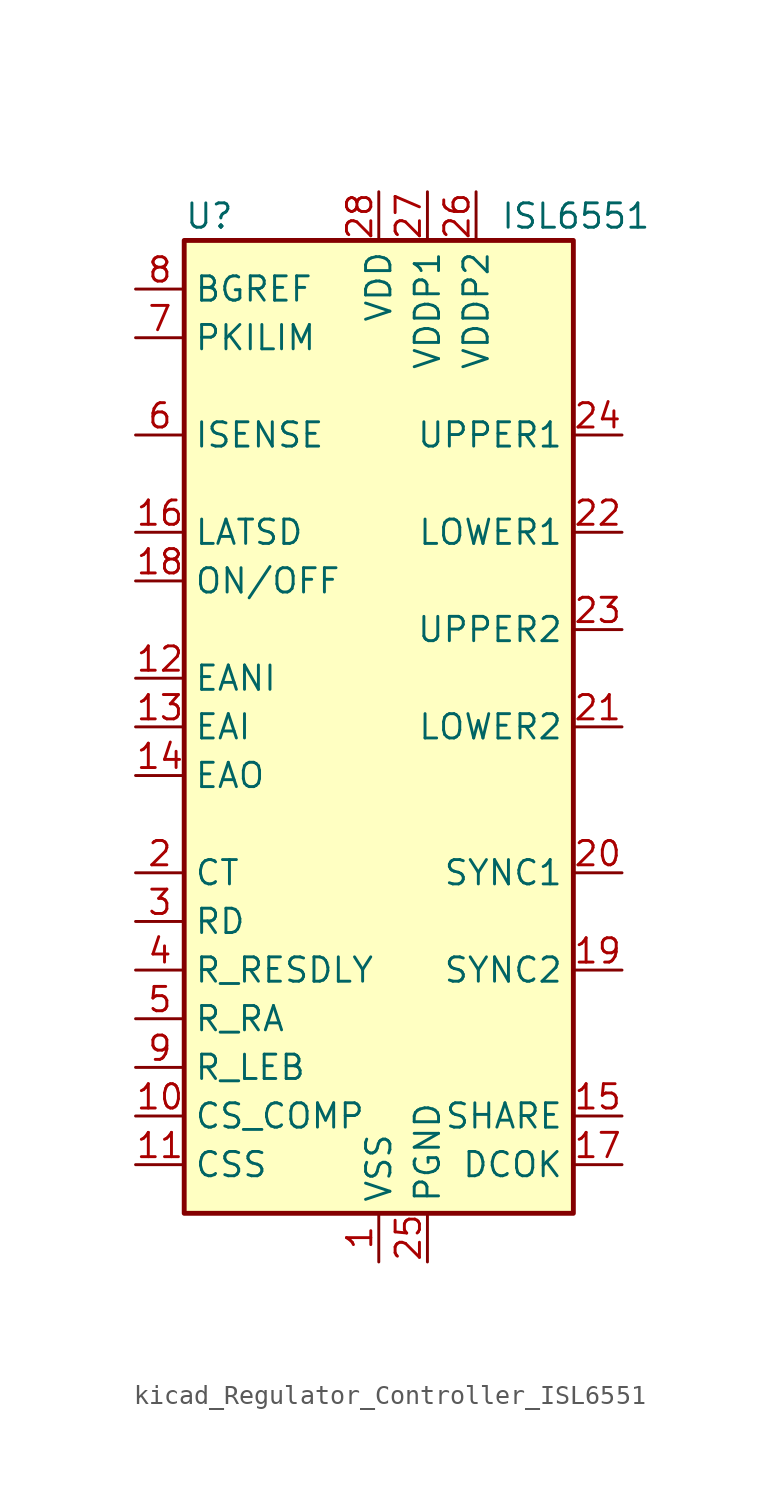
<source format=kicad_sym>
(kicad_symbol_lib
  (version 20220914)
  (generator kicad_symbol_editor)
  (symbol "kicad_Regulator_Controller_ISL6551"
    (property "Reference" "U"
      (at -10.16 26.67 0)
      (effects (font (size 1.27 1.27)) (justify left)))
    (property "Value" "ISL6551"
      (at 6.35 26.67 0)
      (effects (font (size 1.27 1.27)) (justify left)))
    (symbol "kicad_Regulator_Controller_ISL6551_0_0"
      (rectangle (start -10.16 25.4) (end 10.16 -25.4) (stroke (width 0.254) (type default)) (fill (type background))))
    (symbol "kicad_Regulator_Controller_ISL6551_1_1"
      (pin power_in line (at 0 -27.94 90) (length 2.54) (name "VSS" (effects (font (size 1.27 1.27)))) (number "1" (effects (font (size 1.27 1.27)))))
      (pin passive line (at -12.7 -20.32 0) (length 2.54) (name "CS_COMP" (effects (font (size 1.27 1.27)))) (number "10" (effects (font (size 1.27 1.27)))))
      (pin passive line (at -12.7 -22.86 0) (length 2.54) (name "CSS" (effects (font (size 1.27 1.27)))) (number "11" (effects (font (size 1.27 1.27)))))
      (pin input line (at -12.7 2.54 0) (length 2.54) (name "EANI" (effects (font (size 1.27 1.27)))) (number "12" (effects (font (size 1.27 1.27)))))
      (pin input line (at -12.7 0 0) (length 2.54) (name "EAI" (effects (font (size 1.27 1.27)))) (number "13" (effects (font (size 1.27 1.27)))))
      (pin output line (at -12.7 -2.54 0) (length 2.54) (name "EAO" (effects (font (size 1.27 1.27)))) (number "14" (effects (font (size 1.27 1.27)))))
      (pin input line (at 12.7 -20.32 180) (length 2.54) (name "SHARE" (effects (font (size 1.27 1.27)))) (number "15" (effects (font (size 1.27 1.27)))))
      (pin input line (at -12.7 10.16 0) (length 2.54) (name "LATSD" (effects (font (size 1.27 1.27)))) (number "16" (effects (font (size 1.27 1.27)))))
      (pin output line (at 12.7 -22.86 180) (length 2.54) (name "DCOK" (effects (font (size 1.27 1.27)))) (number "17" (effects (font (size 1.27 1.27)))))
      (pin input line (at -12.7 7.62 0) (length 2.54) (name "ON/OFF" (effects (font (size 1.27 1.27)))) (number "18" (effects (font (size 1.27 1.27)))))
      (pin output line (at 12.7 -12.7 180) (length 2.54) (name "SYNC2" (effects (font (size 1.27 1.27)))) (number "19" (effects (font (size 1.27 1.27)))))
      (pin passive line (at -12.7 -7.62 0) (length 2.54) (name "CT" (effects (font (size 1.27 1.27)))) (number "2" (effects (font (size 1.27 1.27)))))
      (pin output line (at 12.7 -7.62 180) (length 2.54) (name "SYNC1" (effects (font (size 1.27 1.27)))) (number "20" (effects (font (size 1.27 1.27)))))
      (pin output line (at 12.7 0 180) (length 2.54) (name "LOWER2" (effects (font (size 1.27 1.27)))) (number "21" (effects (font (size 1.27 1.27)))))
      (pin output line (at 12.7 10.16 180) (length 2.54) (name "LOWER1" (effects (font (size 1.27 1.27)))) (number "22" (effects (font (size 1.27 1.27)))))
      (pin output line (at 12.7 5.08 180) (length 2.54) (name "UPPER2" (effects (font (size 1.27 1.27)))) (number "23" (effects (font (size 1.27 1.27)))))
      (pin output line (at 12.7 15.24 180) (length 2.54) (name "UPPER1" (effects (font (size 1.27 1.27)))) (number "24" (effects (font (size 1.27 1.27)))))
      (pin power_in line (at 2.54 -27.94 90) (length 2.54) (name "PGND" (effects (font (size 1.27 1.27)))) (number "25" (effects (font (size 1.27 1.27)))))
      (pin power_in line (at 5.08 27.94 270) (length 2.54) (name "VDDP2" (effects (font (size 1.27 1.27)))) (number "26" (effects (font (size 1.27 1.27)))))
      (pin power_in line (at 2.54 27.94 270) (length 2.54) (name "VDDP1" (effects (font (size 1.27 1.27)))) (number "27" (effects (font (size 1.27 1.27)))))
      (pin power_in line (at 0 27.94 270) (length 2.54) (name "VDD" (effects (font (size 1.27 1.27)))) (number "28" (effects (font (size 1.27 1.27)))))
      (pin passive line (at -12.7 -10.16 0) (length 2.54) (name "RD" (effects (font (size 1.27 1.27)))) (number "3" (effects (font (size 1.27 1.27)))))
      (pin passive line (at -12.7 -12.7 0) (length 2.54) (name "R_RESDLY" (effects (font (size 1.27 1.27)))) (number "4" (effects (font (size 1.27 1.27)))))
      (pin passive line (at -12.7 -15.24 0) (length 2.54) (name "R_RA" (effects (font (size 1.27 1.27)))) (number "5" (effects (font (size 1.27 1.27)))))
      (pin input line (at -12.7 15.24 0) (length 2.54) (name "ISENSE" (effects (font (size 1.27 1.27)))) (number "6" (effects (font (size 1.27 1.27)))))
      (pin input line (at -12.7 20.32 0) (length 2.54) (name "PKILIM" (effects (font (size 1.27 1.27)))) (number "7" (effects (font (size 1.27 1.27)))))
      (pin output line (at -12.7 22.86 0) (length 2.54) (name "BGREF" (effects (font (size 1.27 1.27)))) (number "8" (effects (font (size 1.27 1.27)))))
      (pin passive line (at -12.7 -17.78 0) (length 2.54) (name "R_LEB" (effects (font (size 1.27 1.27)))) (number "9" (effects (font (size 1.27 1.27))))))))
</source>
